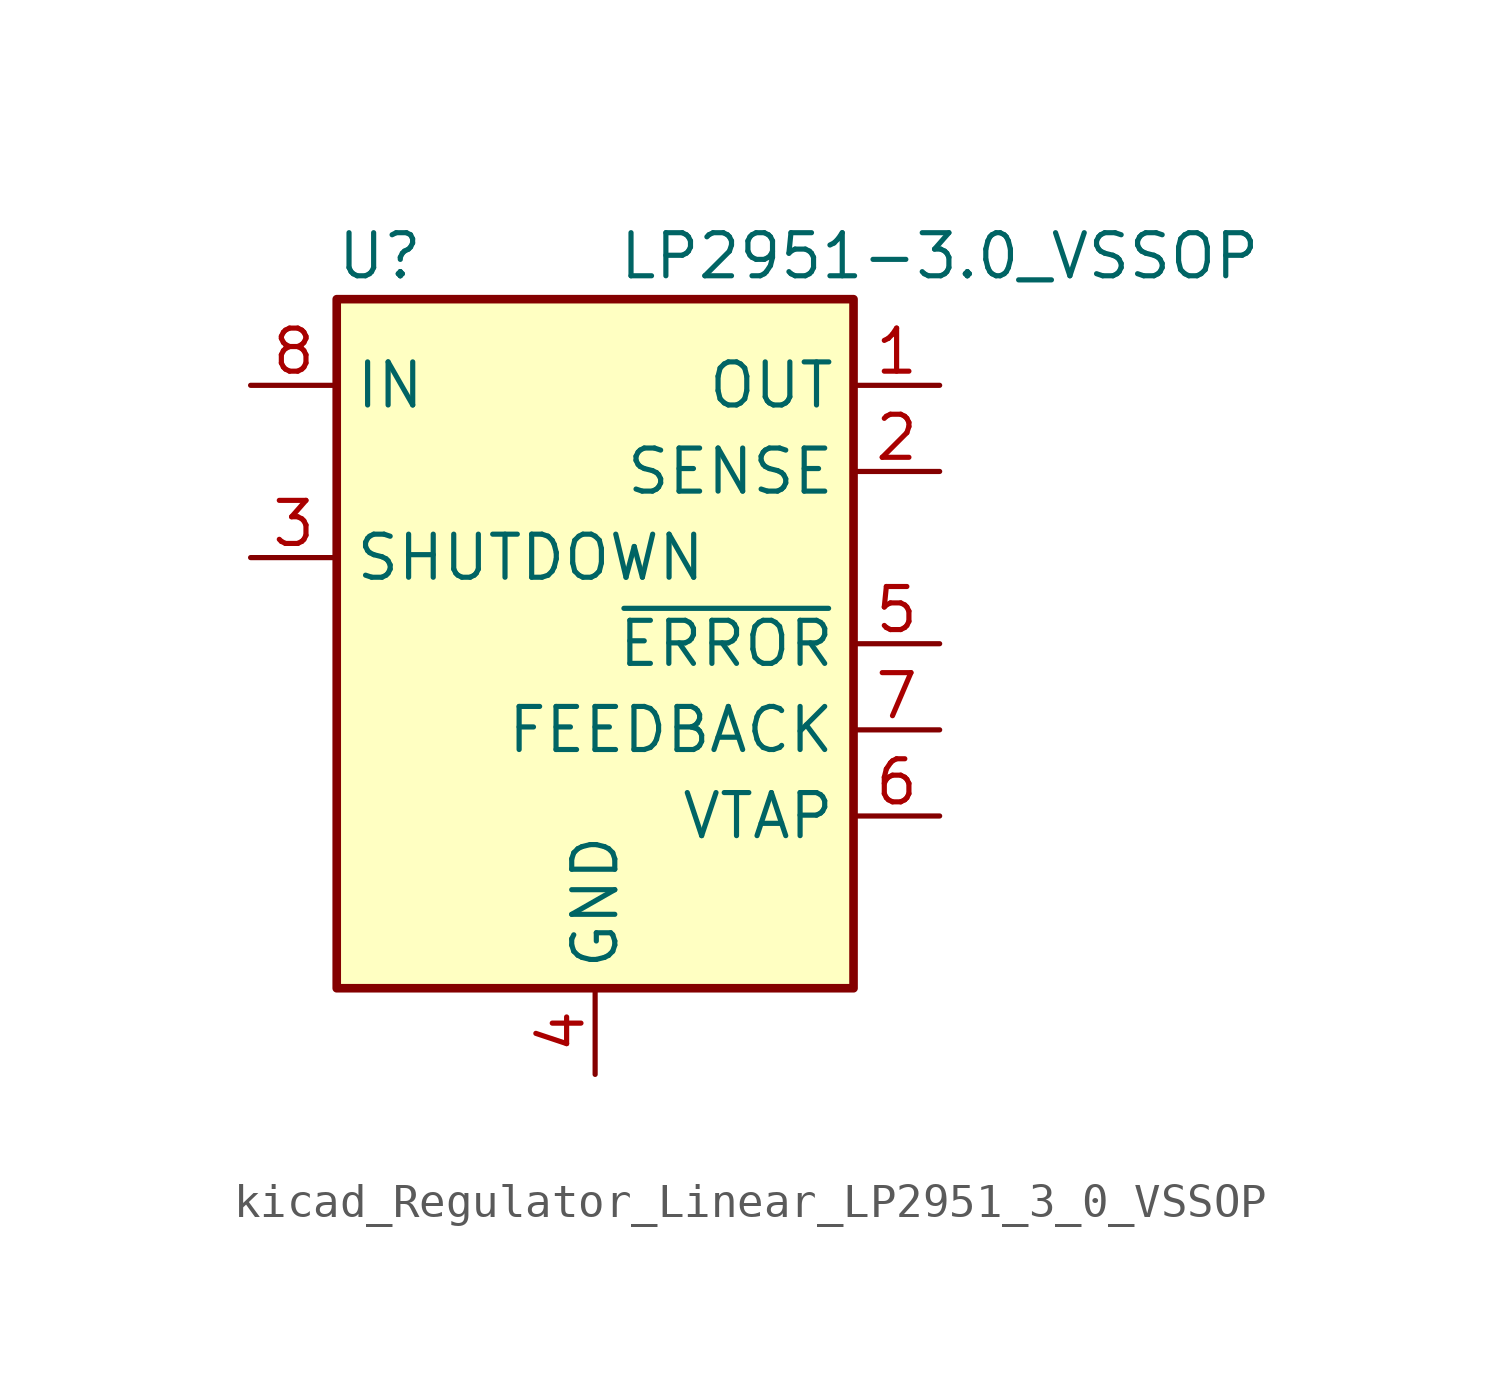
<source format=kicad_sym>
(kicad_symbol_lib
  (version 20220914)
  (generator kicad_symbol_editor)
  (symbol "kicad_Regulator_Linear_LP2951_3_0_VSSOP"
    (property "Reference" "U"
      (at -6.35 11.43 0)
      (effects (font (size 1.27 1.27))))
    (property "Value" "LP2951-3.0_VSSOP"
      (at 10.16 11.43 0)
      (effects (font (size 1.27 1.27))))
    (symbol "kicad_Regulator_Linear_LP2951_3_0_VSSOP_0_1"
      (rectangle (start -7.62 10.16) (end 7.62 -10.16) (stroke (width 0.254) (type default)) (fill (type background))))
    (symbol "kicad_Regulator_Linear_LP2951_3_0_VSSOP_1_1"
      (pin power_out line (at 10.16 7.62 180) (length 2.54) (name "OUT" (effects (font (size 1.27 1.27)))) (number "1" (effects (font (size 1.27 1.27)))))
      (pin passive line (at 10.16 5.08 180) (length 2.54) (name "SENSE" (effects (font (size 1.27 1.27)))) (number "2" (effects (font (size 1.27 1.27)))))
      (pin input line (at -10.16 2.54 0) (length 2.54) (name "SHUTDOWN" (effects (font (size 1.27 1.27)))) (number "3" (effects (font (size 1.27 1.27)))))
      (pin power_in line (at 0 -12.7 90) (length 2.54) (name "GND" (effects (font (size 1.27 1.27)))) (number "4" (effects (font (size 1.27 1.27)))))
      (pin open_collector line (at 10.16 0 180) (length 2.54) (name "~{ERROR}" (effects (font (size 1.27 1.27)))) (number "5" (effects (font (size 1.27 1.27)))))
      (pin input line (at 10.16 -5.08 180) (length 2.54) (name "VTAP" (effects (font (size 1.27 1.27)))) (number "6" (effects (font (size 1.27 1.27)))))
      (pin input line (at 10.16 -2.54 180) (length 2.54) (name "FEEDBACK" (effects (font (size 1.27 1.27)))) (number "7" (effects (font (size 1.27 1.27)))))
      (pin power_in line (at -10.16 7.62 0) (length 2.54) (name "IN" (effects (font (size 1.27 1.27)))) (number "8" (effects (font (size 1.27 1.27))))))))
</source>
